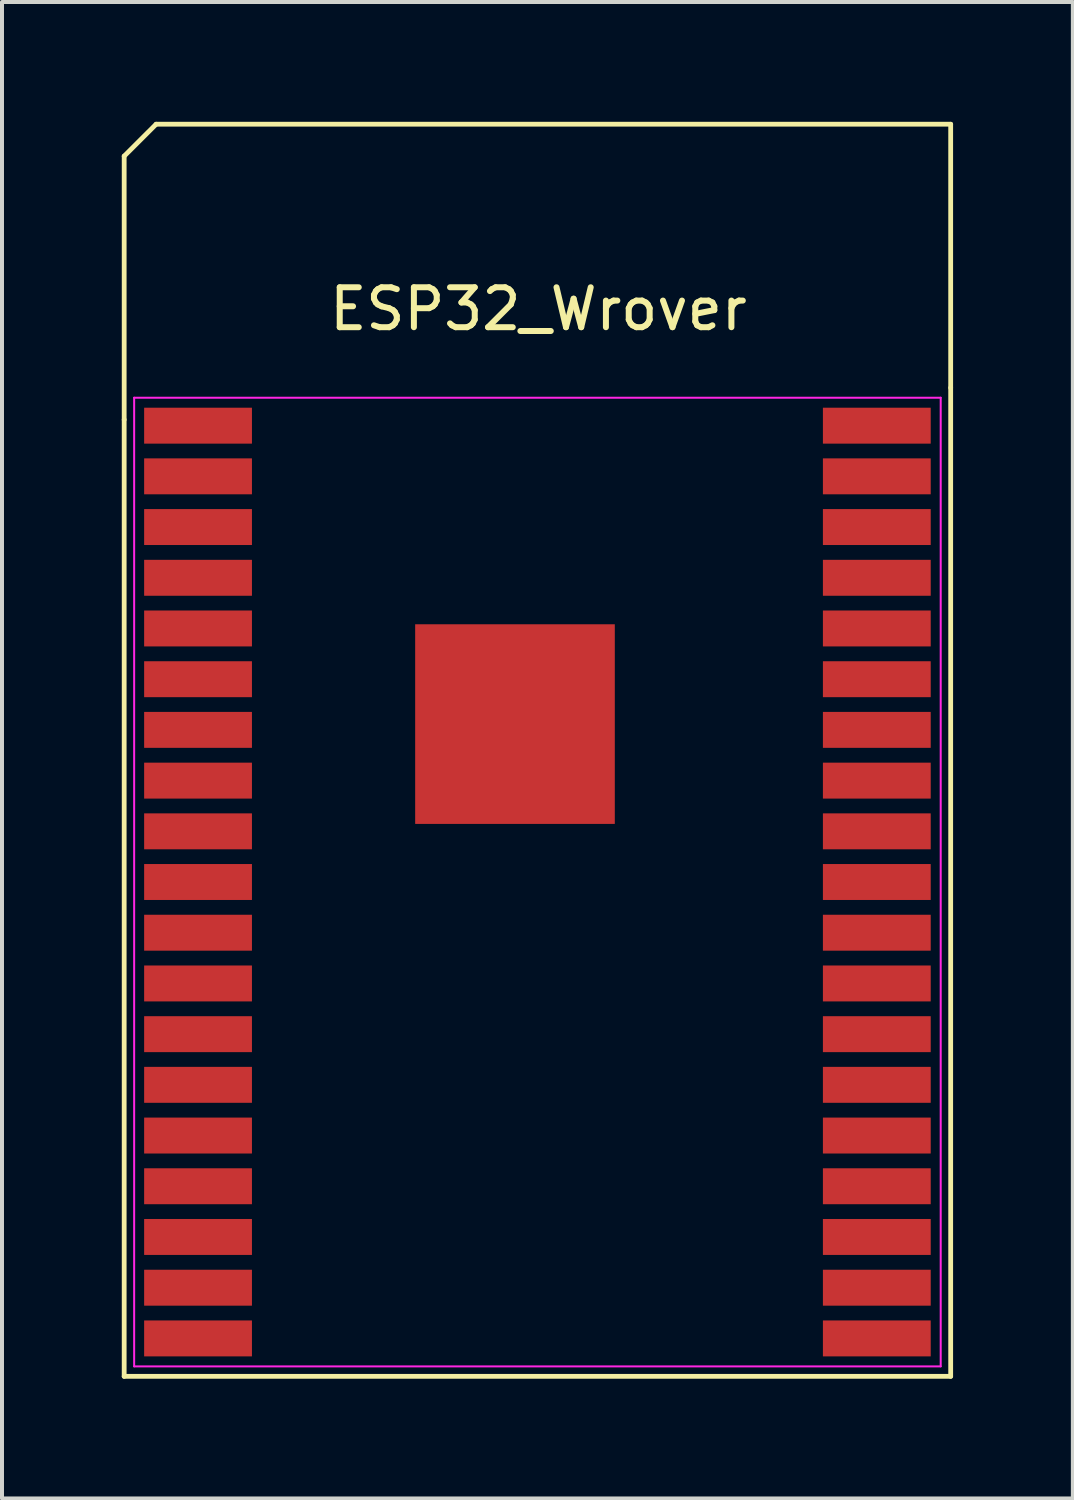
<source format=kicad_pcb>
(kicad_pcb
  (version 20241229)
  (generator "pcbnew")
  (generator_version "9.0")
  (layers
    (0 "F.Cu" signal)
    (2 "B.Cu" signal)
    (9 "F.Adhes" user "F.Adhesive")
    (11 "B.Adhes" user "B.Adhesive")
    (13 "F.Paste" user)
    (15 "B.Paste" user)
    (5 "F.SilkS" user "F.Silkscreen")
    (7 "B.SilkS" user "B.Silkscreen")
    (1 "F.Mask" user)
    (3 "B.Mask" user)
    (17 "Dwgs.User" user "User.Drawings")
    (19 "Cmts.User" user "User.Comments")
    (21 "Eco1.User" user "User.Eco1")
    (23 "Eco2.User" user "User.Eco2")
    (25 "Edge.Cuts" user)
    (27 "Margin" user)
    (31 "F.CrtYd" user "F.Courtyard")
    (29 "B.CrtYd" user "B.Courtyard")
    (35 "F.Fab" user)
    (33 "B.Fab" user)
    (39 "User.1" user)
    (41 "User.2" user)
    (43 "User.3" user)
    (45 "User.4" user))
  (footprint "ESP32_Wrover"
    (layer "F.Cu")
    (at 10.448 6.785)
    (property "Reference" "ESP32_Wrover" (at -0.013 -2.095 0) (layer "F.SilkS") (effects (font (size 1 1) (thickness 0.15))))
    (attr smd)
    (fp_line (start -10.388 -5.925) (end -9.588 -6.724) (stroke (width 0.12) (type solid)) (layer "F.SilkS"))
    (fp_line (start -10.388 0.675) (end -10.388 -5.925) (stroke (width 0.12) (type solid)) (layer "F.SilkS"))
    (fp_line (start -10.388 24.636) (end -10.388 0.675) (stroke (width 0.12) (type solid)) (layer "F.SilkS"))
    (fp_line (start -9.588 -6.724) (end 10.312 -6.724) (stroke (width 0.12) (type solid)) (layer "F.SilkS"))
    (fp_line (start 10.312 -0.124) (end 10.312 -6.724) (stroke (width 0.12) (type solid)) (layer "F.SilkS"))
    (fp_line (start 10.312 -0.124) (end 10.312 24.636) (stroke (width 0.12) (type solid)) (layer "F.SilkS"))
    (fp_line (start 10.312 24.636) (end -10.388 24.636) (stroke (width 0.12) (type solid)) (layer "F.SilkS"))
    (fp_line (start -10.138 0.126) (end 10.062 0.126) (stroke (width 0.05) (type solid)) (layer "F.CrtYd"))
    (fp_line (start -10.138 24.386) (end -10.138 0.126) (stroke (width 0.05) (type solid)) (layer "F.CrtYd"))
    (fp_line (start 10.062 0.126) (end 10.062 24.386) (stroke (width 0.05) (type solid)) (layer "F.CrtYd"))
    (fp_line (start 10.062 24.386) (end -10.138 24.386) (stroke (width 0.05) (type solid)) (layer "F.CrtYd"))
    (pad "1" smd rect (at -8.538 0.826 270) (size 0.9 2.7) (layers "F.Cu" "F.Mask" "F.Paste"))
    (pad "2" smd rect (at -8.538 2.095 270) (size 0.9 2.7) (layers "F.Cu" "F.Mask" "F.Paste"))
    (pad "3" smd rect (at -8.538 3.365 270) (size 0.9 2.7) (layers "F.Cu" "F.Mask" "F.Paste"))
    (pad "4" smd rect (at -8.538 4.636 270) (size 0.9 2.7) (layers "F.Cu" "F.Mask" "F.Paste"))
    (pad "5" smd rect (at -8.538 5.905 270) (size 0.9 2.7) (layers "F.Cu" "F.Mask" "F.Paste"))
    (pad "6" smd rect (at -8.538 7.176 270) (size 0.9 2.7) (layers "F.Cu" "F.Mask" "F.Paste"))
    (pad "7" smd rect (at -8.538 8.445 270) (size 0.9 2.7) (layers "F.Cu" "F.Mask" "F.Paste"))
    (pad "8" smd rect (at -8.538 9.716 270) (size 0.9 2.7) (layers "F.Cu" "F.Mask" "F.Paste"))
    (pad "9" smd rect (at -8.538 10.986 270) (size 0.9 2.7) (layers "F.Cu" "F.Mask" "F.Paste"))
    (pad "10" smd rect (at -8.538 12.255 270) (size 0.9 2.7) (layers "F.Cu" "F.Mask" "F.Paste"))
    (pad "11" smd rect (at -8.538 13.525 270) (size 0.9 2.7) (layers "F.Cu" "F.Mask" "F.Paste"))
    (pad "12" smd rect (at -8.538 14.796 270) (size 0.9 2.7) (layers "F.Cu" "F.Mask" "F.Paste"))
    (pad "13" smd rect (at -8.538 16.066 270) (size 0.9 2.7) (layers "F.Cu" "F.Mask" "F.Paste"))
    (pad "14" smd rect (at -8.538 17.335 270) (size 0.9 2.7) (layers "F.Cu" "F.Mask" "F.Paste"))
    (pad "15" smd rect (at -8.538 18.605 270) (size 0.9 2.7) (layers "F.Cu" "F.Mask" "F.Paste"))
    (pad "16" smd rect (at -8.538 19.875 270) (size 0.9 2.7) (layers "F.Cu" "F.Mask" "F.Paste"))
    (pad "17" smd rect (at -8.538 21.145 270) (size 0.9 2.7) (layers "F.Cu" "F.Mask" "F.Paste"))
    (pad "18" smd rect (at -8.538 22.416 270) (size 0.9 2.7) (layers "F.Cu" "F.Mask" "F.Paste"))
    (pad "19" smd rect (at -8.538 23.686 270) (size 0.9 2.7) (layers "F.Cu" "F.Mask" "F.Paste"))
    (pad "20" smd rect (at 8.462 23.686 270) (size 0.9 2.7) (layers "F.Cu" "F.Mask" "F.Paste"))
    (pad "21" smd rect (at 8.462 22.416 270) (size 0.9 2.7) (layers "F.Cu" "F.Mask" "F.Paste"))
    (pad "22" smd rect (at 8.462 21.145 270) (size 0.9 2.7) (layers "F.Cu" "F.Mask" "F.Paste"))
    (pad "23" smd rect (at 8.462 19.875 270) (size 0.9 2.7) (layers "F.Cu" "F.Mask" "F.Paste"))
    (pad "24" smd rect (at 8.462 18.605 270) (size 0.9 2.7) (layers "F.Cu" "F.Mask" "F.Paste"))
    (pad "25" smd rect (at 8.462 17.335 270) (size 0.9 2.7) (layers "F.Cu" "F.Mask" "F.Paste"))
    (pad "26" smd rect (at 8.462 16.066 270) (size 0.9 2.7) (layers "F.Cu" "F.Mask" "F.Paste"))
    (pad "27" smd rect (at 8.462 14.796 270) (size 0.9 2.7) (layers "F.Cu" "F.Mask" "F.Paste"))
    (pad "28" smd rect (at 8.462 13.525 270) (size 0.9 2.7) (layers "F.Cu" "F.Mask" "F.Paste"))
    (pad "29" smd rect (at 8.462 12.255 270) (size 0.9 2.7) (layers "F.Cu" "F.Mask" "F.Paste"))
    (pad "30" smd rect (at 8.462 10.986 270) (size 0.9 2.7) (layers "F.Cu" "F.Mask" "F.Paste"))
    (pad "31" smd rect (at 8.462 9.716 270) (size 0.9 2.7) (layers "F.Cu" "F.Mask" "F.Paste"))
    (pad "32" smd rect (at 8.462 8.445 270) (size 0.9 2.7) (layers "F.Cu" "F.Mask" "F.Paste"))
    (pad "33" smd rect (at 8.462 7.176 270) (size 0.9 2.7) (layers "F.Cu" "F.Mask" "F.Paste"))
    (pad "34" smd rect (at 8.462 5.905 270) (size 0.9 2.7) (layers "F.Cu" "F.Mask" "F.Paste"))
    (pad "35" smd rect (at 8.462 4.636 270) (size 0.9 2.7) (layers "F.Cu" "F.Mask" "F.Paste"))
    (pad "36" smd rect (at 8.462 3.365 270) (size 0.9 2.7) (layers "F.Cu" "F.Mask" "F.Paste"))
    (pad "37" smd rect (at 8.462 2.095 270) (size 0.9 2.7) (layers "F.Cu" "F.Mask" "F.Paste"))
    (pad "38" smd rect (at 8.462 0.826 270) (size 0.9 2.7) (layers "F.Cu" "F.Mask" "F.Paste"))
    (pad "39" smd rect (at -0.6 8.3) (size 5 5) (layers "F.Cu" "F.Mask" "F.Paste")))
  (gr_rect
    (start -3 -3)
    (end 23.82 34.48)
    (stroke (width 0.1) (type default))
    (fill no)
    (layer "Edge.Cuts")))
</source>
